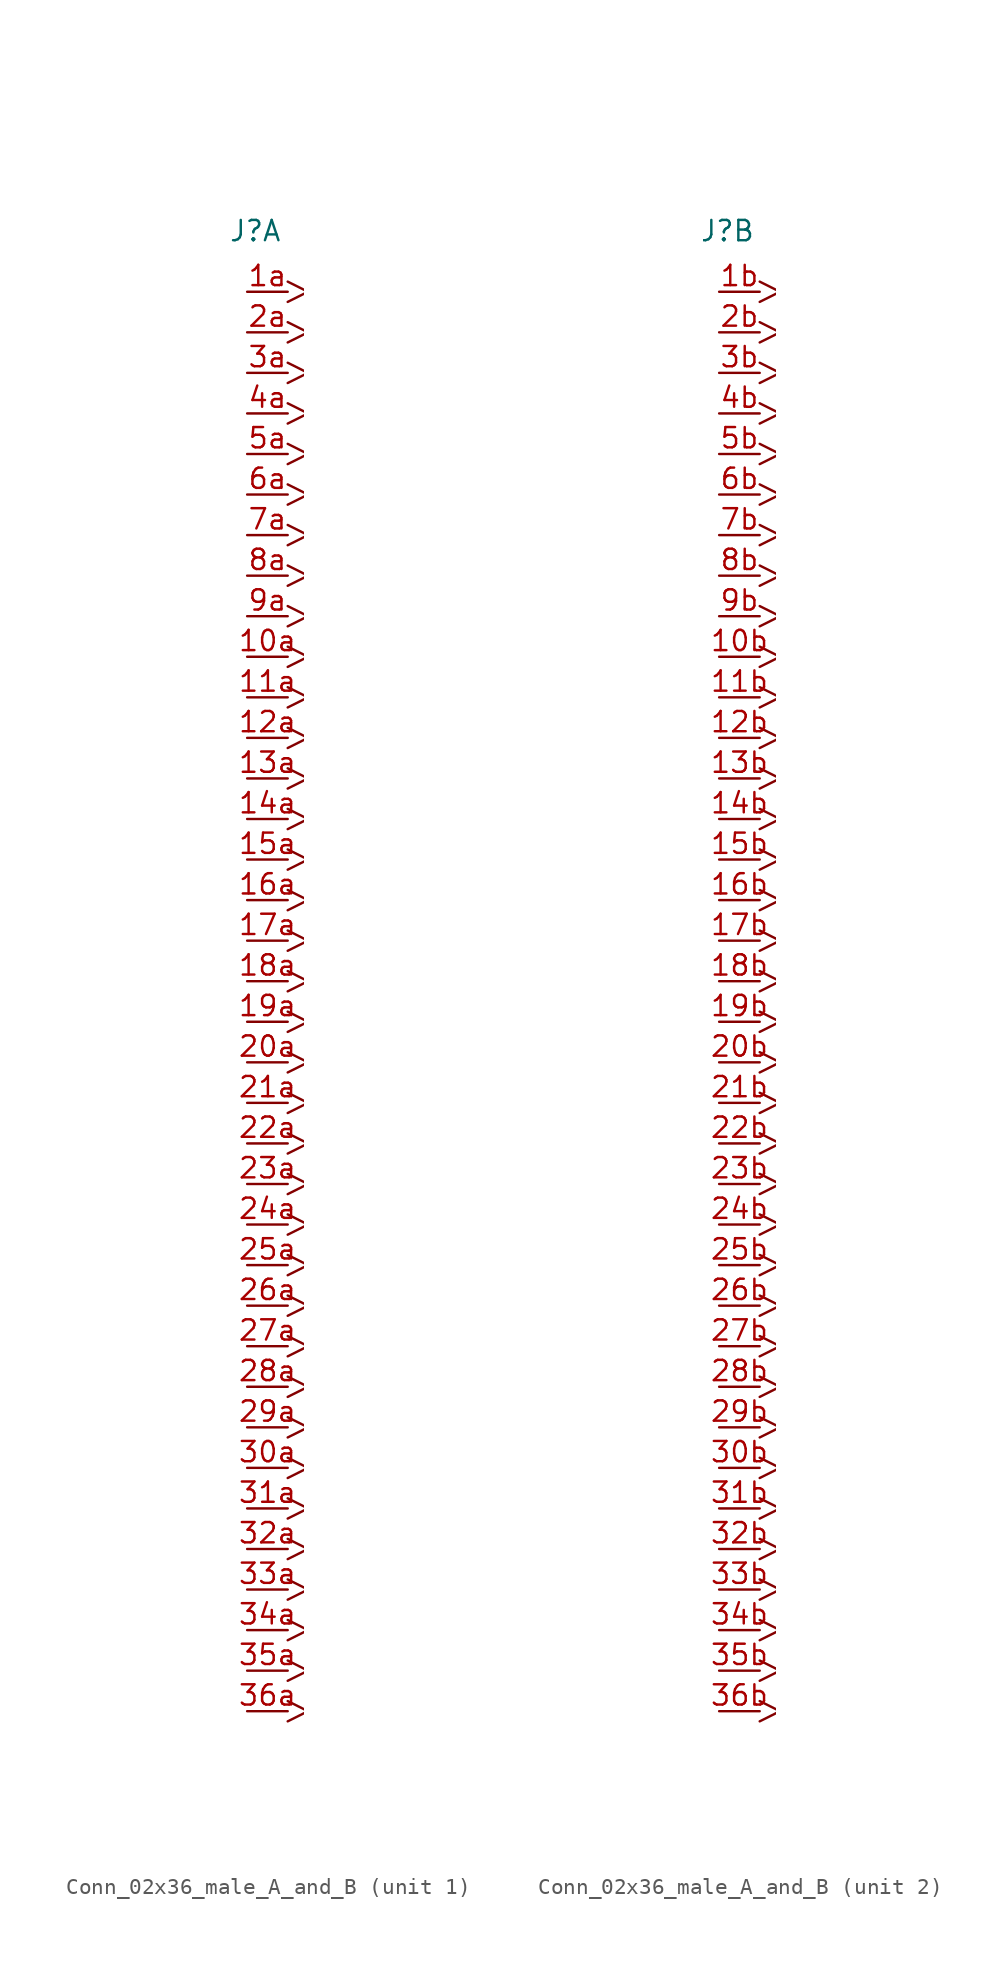
<source format=kicad_sym>
(kicad_symbol_lib
  (version 20231120)
  (generator "kicad_symbol_editor")
  (generator_version "8.0")
  (symbol "Conn_02x36_male_A_and_B"
    (pin_names hide)
    (property "Reference" "J"
      (at 0.508 41.91 0)
      (effects (font (size 1.27 1.27))))
    (property "Value" ""
      (at 1.27 12.7 0)
      (effects (font (size 1.27 1.27))))
    (property "ki_locked" ""
      (at 0 0 0)
      (effects (font (size 1.27 1.27))))
    (symbol "Conn_02x36_male_A_and_B_1_0"
      (pin passive clock (at 0 -2.54 0) (length 2.54) (name "17a" (effects (font (size 1.27 1.27)))) (number "17a" (effects (font (size 1.27 1.27)))))
      (pin passive clock (at 0 35.56 0) (length 2.54) (name "2a" (effects (font (size 1.27 1.27)))) (number "2a" (effects (font (size 1.27 1.27))))))
    (symbol "Conn_02x36_male_A_and_B_1_1"
      (pin passive clock (at 0 15.24 0) (length 2.54) (name "10a" (effects (font (size 1.27 1.27)))) (number "10a" (effects (font (size 1.27 1.27)))))
      (pin passive clock (at 0 12.7 0) (length 2.54) (name "11a" (effects (font (size 1.27 1.27)))) (number "11a" (effects (font (size 1.27 1.27)))))
      (pin passive clock (at 0 10.16 0) (length 2.54) (name "12a" (effects (font (size 1.27 1.27)))) (number "12a" (effects (font (size 1.27 1.27)))))
      (pin passive clock (at 0 7.62 0) (length 2.54) (name "13a" (effects (font (size 1.27 1.27)))) (number "13a" (effects (font (size 1.27 1.27)))))
      (pin passive clock (at 0 5.08 0) (length 2.54) (name "14a" (effects (font (size 1.27 1.27)))) (number "14a" (effects (font (size 1.27 1.27)))))
      (pin passive clock (at 0 2.54 0) (length 2.54) (name "15a" (effects (font (size 1.27 1.27)))) (number "15a" (effects (font (size 1.27 1.27)))))
      (pin passive clock (at 0 0 0) (length 2.54) (name "16a" (effects (font (size 1.27 1.27)))) (number "16a" (effects (font (size 1.27 1.27)))))
      (pin passive clock (at 0 -5.08 0) (length 2.54) (name "18a" (effects (font (size 1.27 1.27)))) (number "18a" (effects (font (size 1.27 1.27)))))
      (pin passive clock (at 0 -7.62 0) (length 2.54) (name "19a" (effects (font (size 1.27 1.27)))) (number "19a" (effects (font (size 1.27 1.27)))))
      (pin passive clock (at 0 38.1 0) (length 2.54) (name "1a" (effects (font (size 1.27 1.27)))) (number "1a" (effects (font (size 1.27 1.27)))))
      (pin passive clock (at 0 -10.16 0) (length 2.54) (name "20a" (effects (font (size 1.27 1.27)))) (number "20a" (effects (font (size 1.27 1.27)))))
      (pin passive clock (at 0 -12.7 0) (length 2.54) (name "21a" (effects (font (size 1.27 1.27)))) (number "21a" (effects (font (size 1.27 1.27)))))
      (pin passive clock (at 0 -15.24 0) (length 2.54) (name "22a" (effects (font (size 1.27 1.27)))) (number "22a" (effects (font (size 1.27 1.27)))))
      (pin passive clock (at 0 -17.78 0) (length 2.54) (name "23a" (effects (font (size 1.27 1.27)))) (number "23a" (effects (font (size 1.27 1.27)))))
      (pin passive clock (at 0 -20.32 0) (length 2.54) (name "24a" (effects (font (size 1.27 1.27)))) (number "24a" (effects (font (size 1.27 1.27)))))
      (pin passive clock (at 0 -22.86 0) (length 2.54) (name "25a" (effects (font (size 1.27 1.27)))) (number "25a" (effects (font (size 1.27 1.27)))))
      (pin passive clock (at 0 -25.4 0) (length 2.54) (name "26a" (effects (font (size 1.27 1.27)))) (number "26a" (effects (font (size 1.27 1.27)))))
      (pin passive clock (at 0 -27.94 0) (length 2.54) (name "27a" (effects (font (size 1.27 1.27)))) (number "27a" (effects (font (size 1.27 1.27)))))
      (pin passive clock (at 0 -30.48 0) (length 2.54) (name "28a" (effects (font (size 1.27 1.27)))) (number "28a" (effects (font (size 1.27 1.27)))))
      (pin passive clock (at 0 -33.02 0) (length 2.54) (name "29a" (effects (font (size 1.27 1.27)))) (number "29a" (effects (font (size 1.27 1.27)))))
      (pin passive clock (at 0 -35.56 0) (length 2.54) (name "30a" (effects (font (size 1.27 1.27)))) (number "30a" (effects (font (size 1.27 1.27)))))
      (pin passive clock (at 0 -38.1 0) (length 2.54) (name "31a" (effects (font (size 1.27 1.27)))) (number "31a" (effects (font (size 1.27 1.27)))))
      (pin passive clock (at 0 -40.64 0) (length 2.54) (name "32a" (effects (font (size 1.27 1.27)))) (number "32a" (effects (font (size 1.27 1.27)))))
      (pin passive clock (at 0 -43.18 0) (length 2.54) (name "33a" (effects (font (size 1.27 1.27)))) (number "33a" (effects (font (size 1.27 1.27)))))
      (pin passive clock (at 0 -45.72 0) (length 2.54) (name "34a" (effects (font (size 1.27 1.27)))) (number "34a" (effects (font (size 1.27 1.27)))))
      (pin passive clock (at 0 -48.26 0) (length 2.54) (name "35a" (effects (font (size 1.27 1.27)))) (number "35a" (effects (font (size 1.27 1.27)))))
      (pin passive clock (at 0 -50.8 0) (length 2.54) (name "36a" (effects (font (size 1.27 1.27)))) (number "36a" (effects (font (size 1.27 1.27)))))
      (pin passive clock (at 0 33.02 0) (length 2.54) (name "3a" (effects (font (size 1.27 1.27)))) (number "3a" (effects (font (size 1.27 1.27)))))
      (pin passive clock (at 0 30.48 0) (length 2.54) (name "4a" (effects (font (size 1.27 1.27)))) (number "4a" (effects (font (size 1.27 1.27)))))
      (pin passive clock (at 0 27.94 0) (length 2.54) (name "5a" (effects (font (size 1.27 1.27)))) (number "5a" (effects (font (size 1.27 1.27)))))
      (pin passive clock (at 0 25.4 0) (length 2.54) (name "6a" (effects (font (size 1.27 1.27)))) (number "6a" (effects (font (size 1.27 1.27)))))
      (pin passive clock (at 0 22.86 0) (length 2.54) (name "7a" (effects (font (size 1.27 1.27)))) (number "7a" (effects (font (size 1.27 1.27)))))
      (pin passive clock (at 0 20.32 0) (length 2.54) (name "8a" (effects (font (size 1.27 1.27)))) (number "8a" (effects (font (size 1.27 1.27)))))
      (pin passive clock (at 0 17.78 0) (length 2.54) (name "9a" (effects (font (size 1.27 1.27)))) (number "9a" (effects (font (size 1.27 1.27))))))
    (symbol "Conn_02x36_male_A_and_B_2_0"
      (pin passive clock (at 0 -2.54 0) (length 2.54) (name "17b" (effects (font (size 1.27 1.27)))) (number "17b" (effects (font (size 1.27 1.27)))))
      (pin passive clock (at 0 35.56 0) (length 2.54) (name "2b" (effects (font (size 1.27 1.27)))) (number "2b" (effects (font (size 1.27 1.27))))))
    (symbol "Conn_02x36_male_A_and_B_2_1"
      (pin passive clock (at 0 15.24 0) (length 2.54) (name "10b" (effects (font (size 1.27 1.27)))) (number "10b" (effects (font (size 1.27 1.27)))))
      (pin passive clock (at 0 12.7 0) (length 2.54) (name "11b" (effects (font (size 1.27 1.27)))) (number "11b" (effects (font (size 1.27 1.27)))))
      (pin passive clock (at 0 10.16 0) (length 2.54) (name "12b" (effects (font (size 1.27 1.27)))) (number "12b" (effects (font (size 1.27 1.27)))))
      (pin passive clock (at 0 7.62 0) (length 2.54) (name "13b" (effects (font (size 1.27 1.27)))) (number "13b" (effects (font (size 1.27 1.27)))))
      (pin passive clock (at 0 5.08 0) (length 2.54) (name "14b" (effects (font (size 1.27 1.27)))) (number "14b" (effects (font (size 1.27 1.27)))))
      (pin passive clock (at 0 2.54 0) (length 2.54) (name "15b" (effects (font (size 1.27 1.27)))) (number "15b" (effects (font (size 1.27 1.27)))))
      (pin passive clock (at 0 0 0) (length 2.54) (name "16b" (effects (font (size 1.27 1.27)))) (number "16b" (effects (font (size 1.27 1.27)))))
      (pin passive clock (at 0 -5.08 0) (length 2.54) (name "18b" (effects (font (size 1.27 1.27)))) (number "18b" (effects (font (size 1.27 1.27)))))
      (pin passive clock (at 0 -7.62 0) (length 2.54) (name "19b" (effects (font (size 1.27 1.27)))) (number "19b" (effects (font (size 1.27 1.27)))))
      (pin passive clock (at 0 38.1 0) (length 2.54) (name "1b" (effects (font (size 1.27 1.27)))) (number "1b" (effects (font (size 1.27 1.27)))))
      (pin passive clock (at 0 -10.16 0) (length 2.54) (name "20b" (effects (font (size 1.27 1.27)))) (number "20b" (effects (font (size 1.27 1.27)))))
      (pin passive clock (at 0 -12.7 0) (length 2.54) (name "21b" (effects (font (size 1.27 1.27)))) (number "21b" (effects (font (size 1.27 1.27)))))
      (pin passive clock (at 0 -15.24 0) (length 2.54) (name "22b" (effects (font (size 1.27 1.27)))) (number "22b" (effects (font (size 1.27 1.27)))))
      (pin passive clock (at 0 -17.78 0) (length 2.54) (name "23b" (effects (font (size 1.27 1.27)))) (number "23b" (effects (font (size 1.27 1.27)))))
      (pin passive clock (at 0 -20.32 0) (length 2.54) (name "24b" (effects (font (size 1.27 1.27)))) (number "24b" (effects (font (size 1.27 1.27)))))
      (pin passive clock (at 0 -22.86 0) (length 2.54) (name "25b" (effects (font (size 1.27 1.27)))) (number "25b" (effects (font (size 1.27 1.27)))))
      (pin passive clock (at 0 -25.4 0) (length 2.54) (name "26b" (effects (font (size 1.27 1.27)))) (number "26b" (effects (font (size 1.27 1.27)))))
      (pin passive clock (at 0 -27.94 0) (length 2.54) (name "27b" (effects (font (size 1.27 1.27)))) (number "27b" (effects (font (size 1.27 1.27)))))
      (pin passive clock (at 0 -30.48 0) (length 2.54) (name "28b" (effects (font (size 1.27 1.27)))) (number "28b" (effects (font (size 1.27 1.27)))))
      (pin passive clock (at 0 -33.02 0) (length 2.54) (name "29b" (effects (font (size 1.27 1.27)))) (number "29b" (effects (font (size 1.27 1.27)))))
      (pin passive clock (at 0 -35.56 0) (length 2.54) (name "30b" (effects (font (size 1.27 1.27)))) (number "30b" (effects (font (size 1.27 1.27)))))
      (pin passive clock (at 0 -38.1 0) (length 2.54) (name "31b" (effects (font (size 1.27 1.27)))) (number "31b" (effects (font (size 1.27 1.27)))))
      (pin passive clock (at 0 -40.64 0) (length 2.54) (name "32b" (effects (font (size 1.27 1.27)))) (number "32b" (effects (font (size 1.27 1.27)))))
      (pin passive clock (at 0 -43.18 0) (length 2.54) (name "33b" (effects (font (size 1.27 1.27)))) (number "33b" (effects (font (size 1.27 1.27)))))
      (pin passive clock (at 0 -45.72 0) (length 2.54) (name "34b" (effects (font (size 1.27 1.27)))) (number "34b" (effects (font (size 1.27 1.27)))))
      (pin passive clock (at 0 -48.26 0) (length 2.54) (name "35b" (effects (font (size 1.27 1.27)))) (number "35b" (effects (font (size 1.27 1.27)))))
      (pin passive clock (at 0 -50.8 0) (length 2.54) (name "36b" (effects (font (size 1.27 1.27)))) (number "36b" (effects (font (size 1.27 1.27)))))
      (pin passive clock (at 0 33.02 0) (length 2.54) (name "3b" (effects (font (size 1.27 1.27)))) (number "3b" (effects (font (size 1.27 1.27)))))
      (pin passive clock (at 0 30.48 0) (length 2.54) (name "4b" (effects (font (size 1.27 1.27)))) (number "4b" (effects (font (size 1.27 1.27)))))
      (pin passive clock (at 0 27.94 0) (length 2.54) (name "5b" (effects (font (size 1.27 1.27)))) (number "5b" (effects (font (size 1.27 1.27)))))
      (pin passive clock (at 0 25.4 0) (length 2.54) (name "6b" (effects (font (size 1.27 1.27)))) (number "6b" (effects (font (size 1.27 1.27)))))
      (pin passive clock (at 0 22.86 0) (length 2.54) (name "7b" (effects (font (size 1.27 1.27)))) (number "7b" (effects (font (size 1.27 1.27)))))
      (pin passive clock (at 0 20.32 0) (length 2.54) (name "8b" (effects (font (size 1.27 1.27)))) (number "8b" (effects (font (size 1.27 1.27)))))
      (pin passive clock (at 0 17.78 0) (length 2.54) (name "9b" (effects (font (size 1.27 1.27)))) (number "9b" (effects (font (size 1.27 1.27))))))))
</source>
